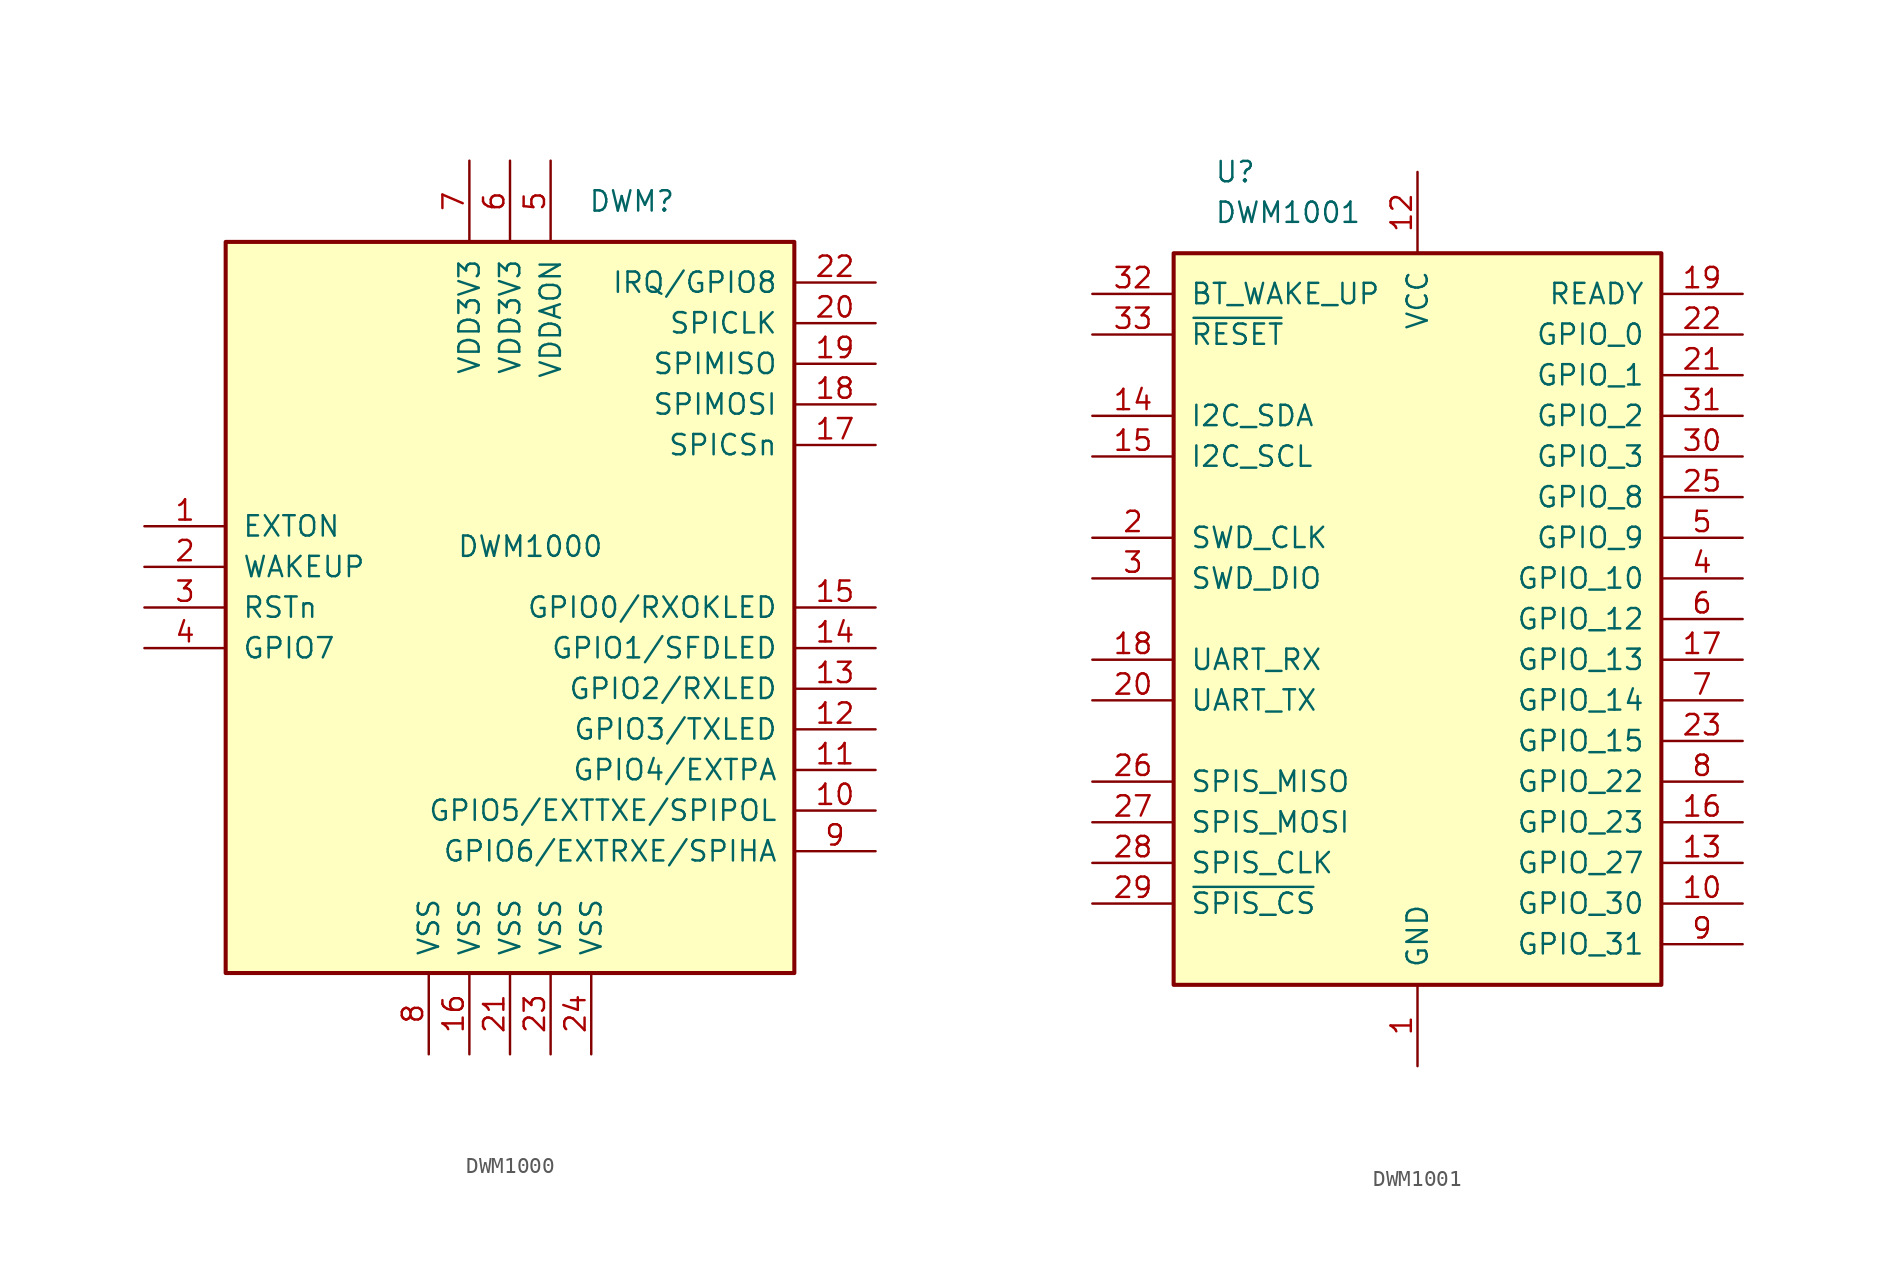
<source format=kicad_sym>
(kicad_symbol_lib
  (version 20201005)
  (generator kicad_symbol_editor)
  (symbol "RF_Module:DWM1000"
    (pin_names
      (offset 1.016))
    (property "Reference" "DWM"
      (at 7.62 25.4 0)
      (effects (font (size 1.27 1.27))))
    (property "Value" "DWM1000"
      (at 1.27 3.81 0)
      (effects (font (size 1.27 1.27))))
    (symbol "DWM1000_0_1"
      (rectangle (start 17.78 22.86) (end -17.78 -22.86) (stroke (width 0.254)) (fill (type background))))
    (symbol "DWM1000_1_1"
      (pin output line (at -22.86 5.08 0) (length 5.08) (name "EXTON" (effects (font (size 1.27 1.27)))) (number "1" (effects (font (size 1.27 1.27)))))
      (pin bidirectional line (at 22.86 -12.7 180) (length 5.08) (name "GPIO5/EXTTXE/SPIPOL" (effects (font (size 1.27 1.27)))) (number "10" (effects (font (size 1.27 1.27)))))
      (pin bidirectional line (at 22.86 -10.16 180) (length 5.08) (name "GPIO4/EXTPA" (effects (font (size 1.27 1.27)))) (number "11" (effects (font (size 1.27 1.27)))))
      (pin bidirectional line (at 22.86 -7.62 180) (length 5.08) (name "GPIO3/TXLED" (effects (font (size 1.27 1.27)))) (number "12" (effects (font (size 1.27 1.27)))))
      (pin bidirectional line (at 22.86 -5.08 180) (length 5.08) (name "GPIO2/RXLED" (effects (font (size 1.27 1.27)))) (number "13" (effects (font (size 1.27 1.27)))))
      (pin bidirectional line (at 22.86 -2.54 180) (length 5.08) (name "GPIO1/SFDLED" (effects (font (size 1.27 1.27)))) (number "14" (effects (font (size 1.27 1.27)))))
      (pin bidirectional line (at 22.86 0 180) (length 5.08) (name "GPIO0/RXOKLED" (effects (font (size 1.27 1.27)))) (number "15" (effects (font (size 1.27 1.27)))))
      (pin power_in line (at -2.54 -27.94 90) (length 5.08) (name "VSS" (effects (font (size 1.27 1.27)))) (number "16" (effects (font (size 1.27 1.27)))))
      (pin input line (at 22.86 10.16 180) (length 5.08) (name "SPICSn" (effects (font (size 1.27 1.27)))) (number "17" (effects (font (size 1.27 1.27)))))
      (pin input line (at 22.86 12.7 180) (length 5.08) (name "SPIMOSI" (effects (font (size 1.27 1.27)))) (number "18" (effects (font (size 1.27 1.27)))))
      (pin output line (at 22.86 15.24 180) (length 5.08) (name "SPIMISO" (effects (font (size 1.27 1.27)))) (number "19" (effects (font (size 1.27 1.27)))))
      (pin bidirectional line (at -22.86 2.54 0) (length 5.08) (name "WAKEUP" (effects (font (size 1.27 1.27)))) (number "2" (effects (font (size 1.27 1.27)))))
      (pin input line (at 22.86 17.78 180) (length 5.08) (name "SPICLK" (effects (font (size 1.27 1.27)))) (number "20" (effects (font (size 1.27 1.27)))))
      (pin power_in line (at 0 -27.94 90) (length 5.08) (name "VSS" (effects (font (size 1.27 1.27)))) (number "21" (effects (font (size 1.27 1.27)))))
      (pin bidirectional line (at 22.86 20.32 180) (length 5.08) (name "IRQ/GPIO8" (effects (font (size 1.27 1.27)))) (number "22" (effects (font (size 1.27 1.27)))))
      (pin power_in line (at 2.54 -27.94 90) (length 5.08) (name "VSS" (effects (font (size 1.27 1.27)))) (number "23" (effects (font (size 1.27 1.27)))))
      (pin power_in line (at 5.08 -27.94 90) (length 5.08) (name "VSS" (effects (font (size 1.27 1.27)))) (number "24" (effects (font (size 1.27 1.27)))))
      (pin bidirectional line (at -22.86 0 0) (length 5.08) (name "RSTn" (effects (font (size 1.27 1.27)))) (number "3" (effects (font (size 1.27 1.27)))))
      (pin bidirectional line (at -22.86 -2.54 0) (length 5.08) (name "GPIO7" (effects (font (size 1.27 1.27)))) (number "4" (effects (font (size 1.27 1.27)))))
      (pin power_in line (at 2.54 27.94 270) (length 5.08) (name "VDDAON" (effects (font (size 1.27 1.27)))) (number "5" (effects (font (size 1.27 1.27)))))
      (pin power_in line (at 0 27.94 270) (length 5.08) (name "VDD3V3" (effects (font (size 1.27 1.27)))) (number "6" (effects (font (size 1.27 1.27)))))
      (pin power_in line (at -2.54 27.94 270) (length 5.08) (name "VDD3V3" (effects (font (size 1.27 1.27)))) (number "7" (effects (font (size 1.27 1.27)))))
      (pin power_in line (at -5.08 -27.94 90) (length 5.08) (name "VSS" (effects (font (size 1.27 1.27)))) (number "8" (effects (font (size 1.27 1.27)))))
      (pin bidirectional line (at 22.86 -15.24 180) (length 5.08) (name "GPIO6/EXTRXE/SPIHA" (effects (font (size 1.27 1.27)))) (number "9" (effects (font (size 1.27 1.27)))))))
  (symbol "RF_Module:DWM1001"
    (pin_names
      (offset 1.016))
    (property "Reference" "U"
      (at -12.7 27.94 0)
      (effects (font (size 1.27 1.27)) (justify left)))
    (property "Value" "DWM1001"
      (at -12.7 25.4 0)
      (effects (font (size 1.27 1.27)) (justify left)))
    (symbol "DWM1001_0_1"
      (rectangle (start 15.24 22.86) (end -15.24 -22.86) (stroke (width 0.254)) (fill (type background))))
    (symbol "DWM1001_1_1"
      (pin power_in line (at 0 -27.94 90) (length 5.08) (name "GND" (effects (font (size 1.27 1.27)))) (number "1" (effects (font (size 1.27 1.27)))))
      (pin bidirectional line (at 20.32 -17.78 180) (length 5.08) (name "GPIO_30" (effects (font (size 1.27 1.27)))) (number "10" (effects (font (size 1.27 1.27)))))
      (pin passive line (at 0 -27.94 90) (length 5.08) hide (name "GND" (effects (font (size 1.27 1.27)))) (number "11" (effects (font (size 1.27 1.27)))))
      (pin power_in line (at 0 27.94 270) (length 5.08) (name "VCC" (effects (font (size 1.27 1.27)))) (number "12" (effects (font (size 1.27 1.27)))))
      (pin bidirectional line (at 20.32 -15.24 180) (length 5.08) (name "GPIO_27" (effects (font (size 1.27 1.27)))) (number "13" (effects (font (size 1.27 1.27)))))
      (pin bidirectional line (at -20.32 12.7 0) (length 5.08) (name "I2C_SDA" (effects (font (size 1.27 1.27)))) (number "14" (effects (font (size 1.27 1.27)))))
      (pin output line (at -20.32 10.16 0) (length 5.08) (name "I2C_SCL" (effects (font (size 1.27 1.27)))) (number "15" (effects (font (size 1.27 1.27)))))
      (pin bidirectional line (at 20.32 -12.7 180) (length 5.08) (name "GPIO_23" (effects (font (size 1.27 1.27)))) (number "16" (effects (font (size 1.27 1.27)))))
      (pin bidirectional line (at 20.32 -2.54 180) (length 5.08) (name "GPIO_13" (effects (font (size 1.27 1.27)))) (number "17" (effects (font (size 1.27 1.27)))))
      (pin input line (at -20.32 -2.54 0) (length 5.08) (name "UART_RX" (effects (font (size 1.27 1.27)))) (number "18" (effects (font (size 1.27 1.27)))))
      (pin output line (at 20.32 20.32 180) (length 5.08) (name "READY" (effects (font (size 1.27 1.27)))) (number "19" (effects (font (size 1.27 1.27)))))
      (pin input line (at -20.32 5.08 0) (length 5.08) (name "SWD_CLK" (effects (font (size 1.27 1.27)))) (number "2" (effects (font (size 1.27 1.27)))))
      (pin output line (at -20.32 -5.08 0) (length 5.08) (name "UART_TX" (effects (font (size 1.27 1.27)))) (number "20" (effects (font (size 1.27 1.27)))))
      (pin bidirectional line (at 20.32 15.24 180) (length 5.08) (name "GPIO_1" (effects (font (size 1.27 1.27)))) (number "21" (effects (font (size 1.27 1.27)))))
      (pin bidirectional line (at 20.32 17.78 180) (length 5.08) (name "GPIO_0" (effects (font (size 1.27 1.27)))) (number "22" (effects (font (size 1.27 1.27)))))
      (pin bidirectional line (at 20.32 -7.62 180) (length 5.08) (name "GPIO_15" (effects (font (size 1.27 1.27)))) (number "23" (effects (font (size 1.27 1.27)))))
      (pin passive line (at 0 -27.94 90) (length 5.08) hide (name "GND" (effects (font (size 1.27 1.27)))) (number "24" (effects (font (size 1.27 1.27)))))
      (pin bidirectional line (at 20.32 7.62 180) (length 5.08) (name "GPIO_8" (effects (font (size 1.27 1.27)))) (number "25" (effects (font (size 1.27 1.27)))))
      (pin output line (at -20.32 -10.16 0) (length 5.08) (name "SPIS_MISO" (effects (font (size 1.27 1.27)))) (number "26" (effects (font (size 1.27 1.27)))))
      (pin tri_state line (at -20.32 -12.7 0) (length 5.08) (name "SPIS_MOSI" (effects (font (size 1.27 1.27)))) (number "27" (effects (font (size 1.27 1.27)))))
      (pin input line (at -20.32 -15.24 0) (length 5.08) (name "SPIS_CLK" (effects (font (size 1.27 1.27)))) (number "28" (effects (font (size 1.27 1.27)))))
      (pin input line (at -20.32 -17.78 0) (length 5.08) (name "~SPIS_CS" (effects (font (size 1.27 1.27)))) (number "29" (effects (font (size 1.27 1.27)))))
      (pin bidirectional line (at -20.32 2.54 0) (length 5.08) (name "SWD_DIO" (effects (font (size 1.27 1.27)))) (number "3" (effects (font (size 1.27 1.27)))))
      (pin bidirectional line (at 20.32 10.16 180) (length 5.08) (name "GPIO_3" (effects (font (size 1.27 1.27)))) (number "30" (effects (font (size 1.27 1.27)))))
      (pin bidirectional line (at 20.32 12.7 180) (length 5.08) (name "GPIO_2" (effects (font (size 1.27 1.27)))) (number "31" (effects (font (size 1.27 1.27)))))
      (pin input line (at -20.32 20.32 0) (length 5.08) (name "BT_WAKE_UP" (effects (font (size 1.27 1.27)))) (number "32" (effects (font (size 1.27 1.27)))))
      (pin input line (at -20.32 17.78 0) (length 5.08) (name "~RESET" (effects (font (size 1.27 1.27)))) (number "33" (effects (font (size 1.27 1.27)))))
      (pin passive line (at 0 -27.94 90) (length 5.08) hide (name "GND" (effects (font (size 1.27 1.27)))) (number "34" (effects (font (size 1.27 1.27)))))
      (pin bidirectional line (at 20.32 2.54 180) (length 5.08) (name "GPIO_10" (effects (font (size 1.27 1.27)))) (number "4" (effects (font (size 1.27 1.27)))))
      (pin bidirectional line (at 20.32 5.08 180) (length 5.08) (name "GPIO_9" (effects (font (size 1.27 1.27)))) (number "5" (effects (font (size 1.27 1.27)))))
      (pin bidirectional line (at 20.32 0 180) (length 5.08) (name "GPIO_12" (effects (font (size 1.27 1.27)))) (number "6" (effects (font (size 1.27 1.27)))))
      (pin bidirectional line (at 20.32 -5.08 180) (length 5.08) (name "GPIO_14" (effects (font (size 1.27 1.27)))) (number "7" (effects (font (size 1.27 1.27)))))
      (pin bidirectional line (at 20.32 -10.16 180) (length 5.08) (name "GPIO_22" (effects (font (size 1.27 1.27)))) (number "8" (effects (font (size 1.27 1.27)))))
      (pin bidirectional line (at 20.32 -20.32 180) (length 5.08) (name "GPIO_31" (effects (font (size 1.27 1.27)))) (number "9" (effects (font (size 1.27 1.27))))))))
</source>
